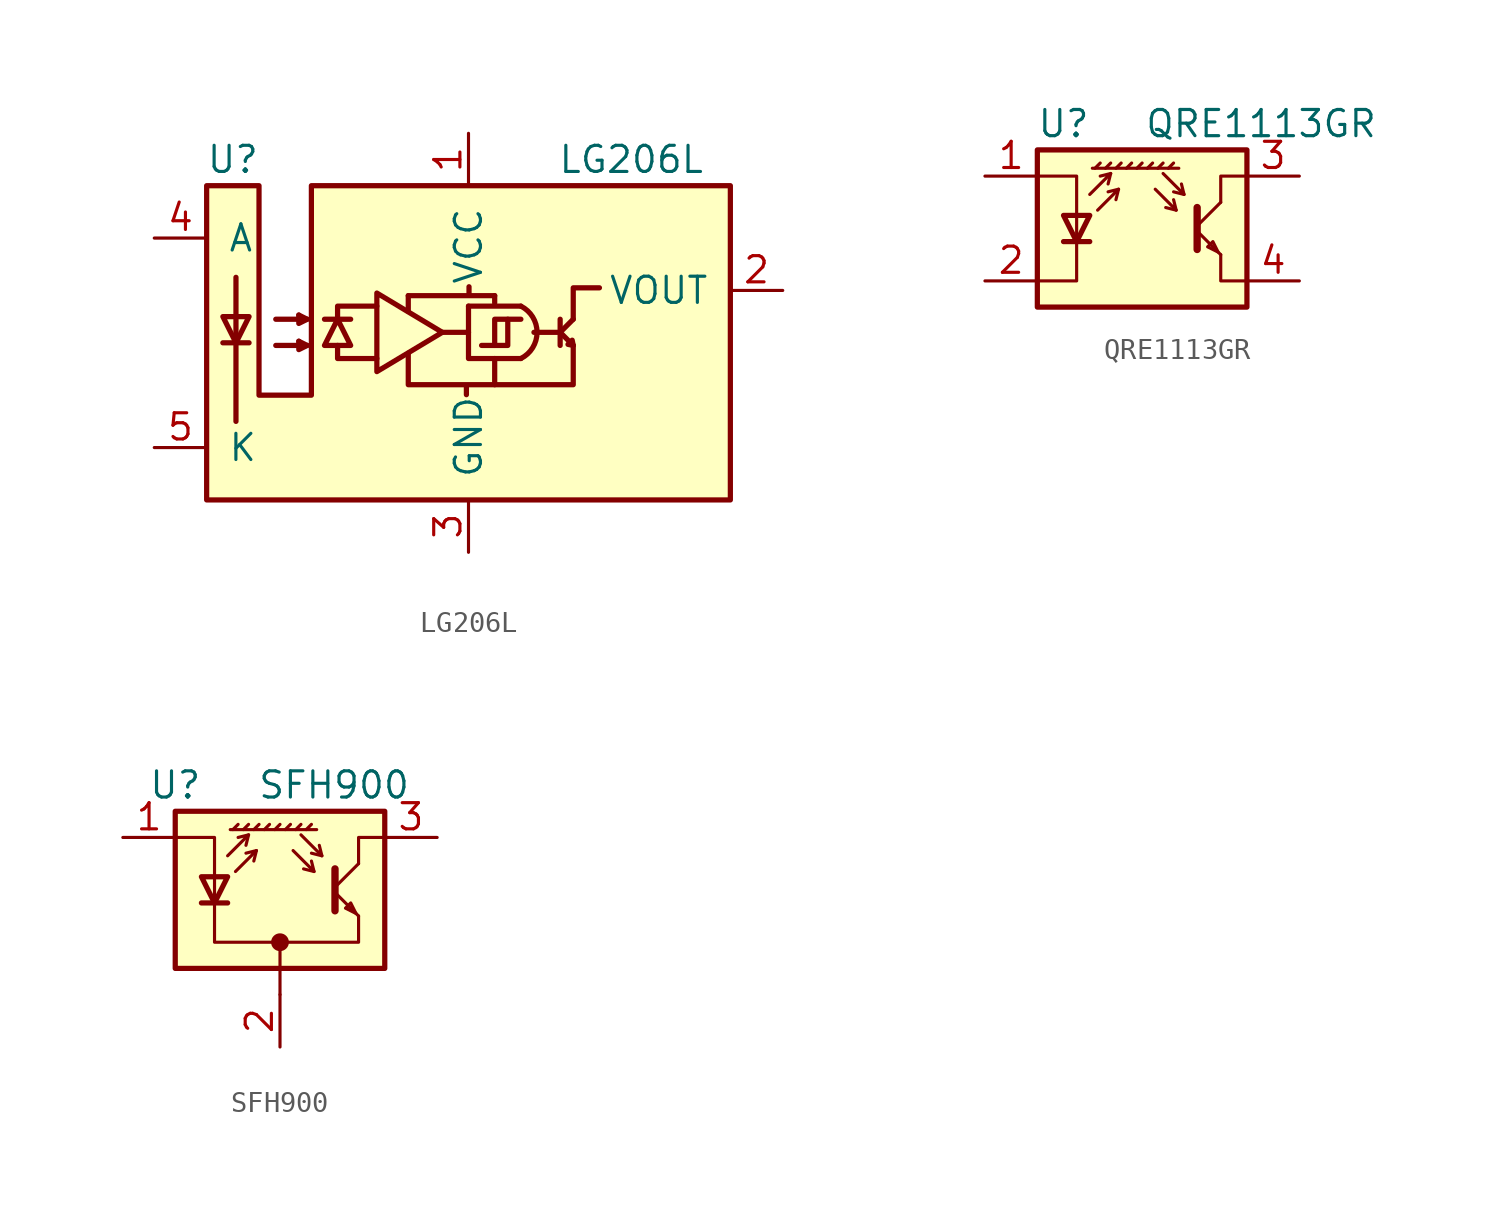
<source format=kicad_sym>
(kicad_symbol_lib
  (version 20241209)
  (generator "kicad_symbol_editor")
  (generator_version "9.0")
  (symbol "LG206L"
    (pin_names
      (offset 1.016))
    (property "Reference" "U"
      (at -11.43 8.89 0)
      (effects (font (size 1.27 1.27))))
    (property "Value" "LG206L"
      (at 4.318 8.89 0)
      (effects (font (size 1.27 1.27)) (justify left)))
    (symbol "LG206L_0_1"
      (polyline (pts (xy -12.7 -7.62) (xy 12.7 -7.62) (xy 12.7 7.62) (xy -7.62 7.62) (xy -7.62 -2.54) (xy -10.16 -2.54) (xy -10.16 7.62) (xy -12.7 7.62) (xy -12.7 -7.62)) (stroke (width 0.254) (type default)) (fill (type background)))
      (polyline (pts (xy -11.913 1.27) (xy -10.643 1.27) (xy -11.278 0) (xy -11.913 1.27)) (stroke (width 0.254) (type default)) (fill (type none)))
      (polyline (pts (xy -11.913 0) (xy -10.643 0)) (stroke (width 0.254) (type default)) (fill (type none)))
      (polyline (pts (xy -11.278 -3.81) (xy -11.278 3.175)) (stroke (width 0.254) (type default)) (fill (type none)))
      (polyline (pts (xy -9.347 1.143) (xy -7.823 1.143) (xy -8.23 1.346)) (stroke (width 0.254) (type default)) (fill (type none)))
      (polyline (pts (xy -9.347 -0.127) (xy -7.823 -0.127) (xy -8.23 0.076)) (stroke (width 0.254) (type default)) (fill (type none)))
      (polyline (pts (xy -8.23 1.346) (xy -8.23 0.94) (xy -7.823 1.143)) (stroke (width 0.254) (type default)) (fill (type none)))
      (polyline (pts (xy -8.23 0.076) (xy -8.23 -0.33) (xy -7.823 -0.127)) (stroke (width 0.254) (type default)) (fill (type none)))
      (polyline (pts (xy -6.985 1.143) (xy -5.715 1.143)) (stroke (width 0.254) (type default)) (fill (type none)))
      (polyline (pts (xy -6.985 -0.127) (xy -5.715 -0.127) (xy -6.35 1.143) (xy -6.985 -0.127)) (stroke (width 0.254) (type default)) (fill (type none)))
      (polyline (pts (xy -6.35 1.143) (xy -6.35 1.778) (xy -4.445 1.778)) (stroke (width 0.254) (type default)) (fill (type none)))
      (polyline (pts (xy -6.35 -0.127) (xy -6.35 -0.762) (xy -4.445 -0.762)) (stroke (width 0.254) (type default)) (fill (type none)))
      (polyline (pts (xy -4.445 2.413) (xy -4.445 -1.397) (xy -1.27 0.508) (xy -4.445 2.413)) (stroke (width 0.254) (type default)) (fill (type none)))
      (polyline (pts (xy -2.921 2.286) (xy 1.27 2.286)) (stroke (width 0.254) (type default)) (fill (type none)))
      (polyline (pts (xy -2.921 1.524) (xy -2.921 2.286)) (stroke (width 0.254) (type default)) (fill (type none)))
      (polyline (pts (xy -1.27 0.508) (xy 0 0.508)) (stroke (width 0.254) (type default)) (fill (type none)))
      (polyline (pts (xy -0.102 -2.515) (xy -0.102 -2.083)) (stroke (width 0.254) (type default)) (fill (type none)))
      (polyline (pts (xy 0 1.778) (xy 2.54 1.778)) (stroke (width 0.254) (type default)) (fill (type none)))
      (polyline (pts (xy 0 1.778) (xy 0 -0.762) (xy 2.54 -0.762)) (stroke (width 0.254) (type default)) (fill (type none)))
      (polyline (pts (xy 0.025 2.311) (xy 0.025 2.718)) (stroke (width 0.254) (type default)) (fill (type none)))
      (polyline (pts (xy 0.635 -0.127) (xy 1.905 -0.127) (xy 1.905 1.143) (xy 2.54 1.143)) (stroke (width 0.254) (type default)) (fill (type none)))
      (polyline (pts (xy 1.27 1.93) (xy 1.27 2.286)) (stroke (width 0.254) (type default)) (fill (type none)))
      (polyline (pts (xy 1.27 -0.762) (xy 1.27 -2.032) (xy 5.08 -2.032) (xy 5.08 -0.127)) (stroke (width 0.254) (type default)) (fill (type none)))
      (polyline (pts (xy 1.27 -2.032) (xy -2.921 -2.032) (xy -2.921 -0.508)) (stroke (width 0.254) (type default)) (fill (type none)))
      (polyline (pts (xy 1.905 1.143) (xy 1.27 1.143) (xy 1.27 -0.127)) (stroke (width 0.254) (type default)) (fill (type none)))
      (arc (start 2.54 1.778) (mid 3.3249 0.508) (end 2.54 -0.762) (stroke (width 0.254) (type default)) (fill (type none)))
      (polyline (pts (xy 3.175 0.508) (xy 4.445 0.508)) (stroke (width 0.254) (type default)) (fill (type none)))
      (polyline (pts (xy 4.445 1.143) (xy 4.445 -0.127)) (stroke (width 0.254) (type default)) (fill (type none)))
      (polyline (pts (xy 4.445 0.508) (xy 5.08 1.143)) (stroke (width 0.254) (type default)) (fill (type none)))
      (polyline (pts (xy 4.445 0.508) (xy 5.08 -0.127)) (stroke (width 0.254) (type default)) (fill (type none)))
      (polyline (pts (xy 5.08 1.143) (xy 5.08 2.667) (xy 6.35 2.667)) (stroke (width 0.254) (type default)) (fill (type none)))
      (polyline (pts (xy 5.08 -0.127) (xy 4.826 -0.076) (xy 5.029 0.127) (xy 5.08 -0.127)) (stroke (width 0.254) (type default)) (fill (type none))))
    (symbol "LG206L_1_1"
      (pin passive line (at -15.24 5.08 0) (length 2.54) (name "A" (effects (font (size 1.27 1.27)))) (number "4" (effects (font (size 1.27 1.27)))))
      (pin passive line (at -15.24 -5.08 0) (length 2.54) (name "K" (effects (font (size 1.27 1.27)))) (number "5" (effects (font (size 1.27 1.27)))))
      (pin power_in line (at 0 10.16 270) (length 2.54) (name "VCC" (effects (font (size 1.27 1.27)))) (number "1" (effects (font (size 1.27 1.27)))))
      (pin power_in line (at 0 -10.16 90) (length 2.54) (name "GND" (effects (font (size 1.27 1.27)))) (number "3" (effects (font (size 1.27 1.27)))))
      (pin open_collector line (at 15.24 2.54 180) (length 2.54) (name "VOUT" (effects (font (size 1.27 1.27)))) (number "2" (effects (font (size 1.27 1.27)))))))
  (symbol "QRE1113GR"
    (pin_names
      (offset 0.025)
      (hide yes))
    (property "Reference" "U"
      (at -3.81 5.08 0)
      (effects (font (size 1.27 1.27))))
    (property "Value" "QRE1113GR"
      (at 11.43 5.08 0)
      (effects (font (size 1.27 1.27)) (justify right)))
    (symbol "QRE1113GR_0_1"
      (polyline (pts (xy -5.08 -2.54) (xy -3.175 -2.54) (xy -3.175 2.54) (xy -5.08 2.54)) (stroke (width 0) (type default)) (fill (type none)))
      (polyline (pts (xy -5.08 -3.81) (xy 5.08 -3.81) (xy 5.08 3.81) (xy -5.08 3.81) (xy -5.08 -3.81)) (stroke (width 0.254) (type default)) (fill (type background)))
      (polyline (pts (xy -3.81 -0.635) (xy -2.54 -0.635)) (stroke (width 0.254) (type default)) (fill (type none)))
      (polyline (pts (xy -3.175 -0.635) (xy -3.81 0.635) (xy -2.54 0.635) (xy -3.175 -0.635)) (stroke (width 0.254) (type default)) (fill (type none)))
      (polyline (pts (xy -2.54 1.651) (xy -1.524 2.667) (xy -2.032 2.54)) (stroke (width 0) (type default)) (fill (type none)))
      (polyline (pts (xy -2.286 2.921) (xy -2.032 3.175)) (stroke (width 0) (type default)) (fill (type none)))
      (polyline (pts (xy -2.159 0.889) (xy -1.143 1.905) (xy -1.651 1.778)) (stroke (width 0) (type default)) (fill (type none)))
      (polyline (pts (xy -1.778 2.921) (xy -1.524 3.175)) (stroke (width 0) (type default)) (fill (type none)))
      (polyline (pts (xy -1.524 2.667) (xy -1.651 2.159)) (stroke (width 0) (type default)) (fill (type none)))
      (polyline (pts (xy -1.27 2.921) (xy -1.016 3.175)) (stroke (width 0) (type default)) (fill (type none)))
      (polyline (pts (xy -1.143 1.905) (xy -1.27 1.397)) (stroke (width 0) (type default)) (fill (type none)))
      (polyline (pts (xy -0.762 2.921) (xy -0.508 3.175)) (stroke (width 0) (type default)) (fill (type none)))
      (polyline (pts (xy -0.254 2.921) (xy 0 3.175)) (stroke (width 0) (type default)) (fill (type none)))
      (polyline (pts (xy 0.254 2.921) (xy 0.508 3.175)) (stroke (width 0) (type default)) (fill (type none)))
      (polyline (pts (xy 0.635 1.905) (xy 1.651 0.889) (xy 1.524 1.397)) (stroke (width 0) (type default)) (fill (type none)))
      (polyline (pts (xy 0.762 2.921) (xy 1.016 3.175)) (stroke (width 0) (type default)) (fill (type none)))
      (polyline (pts (xy 1.016 2.667) (xy 2.032 1.651) (xy 1.905 2.159)) (stroke (width 0) (type default)) (fill (type none)))
      (polyline (pts (xy 1.27 2.921) (xy 1.524 3.175)) (stroke (width 0) (type default)) (fill (type none)))
      (polyline (pts (xy 1.651 0.889) (xy 1.143 1.016)) (stroke (width 0) (type default)) (fill (type none)))
      (polyline (pts (xy 1.778 2.921) (xy -2.413 2.921)) (stroke (width 0) (type default)) (fill (type none)))
      (polyline (pts (xy 2.032 1.651) (xy 1.524 1.778)) (stroke (width 0) (type default)) (fill (type none)))
      (polyline (pts (xy 2.667 1.016) (xy 2.667 -1.016) (xy 2.667 -1.016)) (stroke (width 0.356) (type default)) (fill (type none)))
      (polyline (pts (xy 2.667 0.127) (xy 3.81 1.27)) (stroke (width 0) (type default)) (fill (type none)))
      (polyline (pts (xy 2.667 -0.127) (xy 3.81 -1.27)) (stroke (width 0) (type default)) (fill (type none)))
      (polyline (pts (xy 3.683 -1.143) (xy 3.429 -0.635) (xy 3.175 -0.889) (xy 3.683 -1.143)) (stroke (width 0) (type default)) (fill (type none)))
      (polyline (pts (xy 3.81 1.27) (xy 3.81 2.54) (xy 5.08 2.54)) (stroke (width 0) (type default)) (fill (type none)))
      (polyline (pts (xy 3.81 -1.27) (xy 3.81 -2.54) (xy 5.08 -2.54)) (stroke (width 0) (type default)) (fill (type none))))
    (symbol "QRE1113GR_1_1"
      (pin passive line (at -7.62 2.54 0) (length 2.54) (name "A" (effects (font (size 1.27 1.27)))) (number "1" (effects (font (size 1.27 1.27)))))
      (pin passive line (at -7.62 -2.54 0) (length 2.54) (name "K" (effects (font (size 1.27 1.27)))) (number "2" (effects (font (size 1.27 1.27)))))
      (pin open_collector line (at 7.62 2.54 180) (length 2.54) (name "~" (effects (font (size 1.27 1.27)))) (number "3" (effects (font (size 1.27 1.27)))))
      (pin open_emitter line (at 7.62 -2.54 180) (length 2.54) (name "~" (effects (font (size 1.27 1.27)))) (number "4" (effects (font (size 1.27 1.27)))))))
  (symbol "SFH900"
    (pin_names
      (offset 1.016)
      (hide yes))
    (property "Reference" "U"
      (at -5.08 5.08 0)
      (effects (font (size 1.27 1.27))))
    (property "Value" "SFH900"
      (at 6.35 5.08 0)
      (effects (font (size 1.27 1.27)) (justify right)))
    (symbol "SFH900_0_1"
      (polyline (pts (xy -5.08 2.54) (xy -3.175 2.54) (xy -3.175 -2.54) (xy 3.81 -2.54) (xy 3.81 -1.27)) (stroke (width 0) (type default)) (fill (type none)))
      (polyline (pts (xy -5.08 -3.81) (xy 5.08 -3.81) (xy 5.08 3.81) (xy -5.08 3.81) (xy -5.08 -3.81)) (stroke (width 0.254) (type default)) (fill (type background)))
      (polyline (pts (xy -3.81 -0.635) (xy -2.54 -0.635)) (stroke (width 0.254) (type default)) (fill (type none)))
      (polyline (pts (xy -3.175 -0.635) (xy -3.81 0.635) (xy -2.54 0.635) (xy -3.175 -0.635)) (stroke (width 0.254) (type default)) (fill (type none)))
      (polyline (pts (xy -2.54 1.651) (xy -1.524 2.667) (xy -2.032 2.54)) (stroke (width 0) (type default)) (fill (type none)))
      (polyline (pts (xy -2.286 2.921) (xy -2.032 3.175)) (stroke (width 0) (type default)) (fill (type none)))
      (polyline (pts (xy -2.159 0.889) (xy -1.143 1.905) (xy -1.651 1.778)) (stroke (width 0) (type default)) (fill (type none)))
      (polyline (pts (xy -1.778 2.921) (xy -1.524 3.175)) (stroke (width 0) (type default)) (fill (type none)))
      (polyline (pts (xy -1.524 2.667) (xy -1.651 2.159)) (stroke (width 0) (type default)) (fill (type none)))
      (polyline (pts (xy -1.27 2.921) (xy -1.016 3.175)) (stroke (width 0) (type default)) (fill (type none)))
      (polyline (pts (xy -1.143 1.905) (xy -1.27 1.397)) (stroke (width 0) (type default)) (fill (type none)))
      (polyline (pts (xy -0.762 2.921) (xy -0.508 3.175)) (stroke (width 0) (type default)) (fill (type none)))
      (polyline (pts (xy -0.254 2.921) (xy 0 3.175)) (stroke (width 0) (type default)) (fill (type none)))
      (polyline (pts (xy 0 -2.54) (xy 0 -5.08)) (stroke (width 0) (type default)) (fill (type none)))
      (circle (center 0 -2.54) (radius 0.356) (stroke (width 0) (type default)) (fill (type outline)))
      (polyline (pts (xy 0.254 2.921) (xy 0.508 3.175)) (stroke (width 0) (type default)) (fill (type none)))
      (polyline (pts (xy 0.635 1.905) (xy 1.651 0.889) (xy 1.524 1.397)) (stroke (width 0) (type default)) (fill (type none)))
      (polyline (pts (xy 0.762 2.921) (xy 1.016 3.175)) (stroke (width 0) (type default)) (fill (type none)))
      (polyline (pts (xy 1.016 2.667) (xy 2.032 1.651) (xy 1.905 2.159)) (stroke (width 0) (type default)) (fill (type none)))
      (polyline (pts (xy 1.27 2.921) (xy 1.524 3.175)) (stroke (width 0) (type default)) (fill (type none)))
      (polyline (pts (xy 1.651 0.889) (xy 1.143 1.016)) (stroke (width 0) (type default)) (fill (type none)))
      (polyline (pts (xy 1.778 2.921) (xy -2.413 2.921)) (stroke (width 0) (type default)) (fill (type none)))
      (polyline (pts (xy 2.032 1.651) (xy 1.524 1.778)) (stroke (width 0) (type default)) (fill (type none)))
      (polyline (pts (xy 2.667 1.016) (xy 2.667 -1.016) (xy 2.667 -1.016)) (stroke (width 0.356) (type default)) (fill (type none)))
      (polyline (pts (xy 2.667 0.127) (xy 3.81 1.27)) (stroke (width 0) (type default)) (fill (type none)))
      (polyline (pts (xy 2.667 -0.127) (xy 3.81 -1.27)) (stroke (width 0) (type default)) (fill (type none)))
      (polyline (pts (xy 3.683 -1.143) (xy 3.429 -0.635) (xy 3.175 -0.889) (xy 3.683 -1.143)) (stroke (width 0) (type default)) (fill (type none)))
      (polyline (pts (xy 3.81 1.27) (xy 3.81 2.54) (xy 5.08 2.54)) (stroke (width 0) (type default)) (fill (type none))))
    (symbol "SFH900_1_1"
      (pin passive line (at -7.62 2.54 0) (length 2.54) (name "A" (effects (font (size 1.27 1.27)))) (number "1" (effects (font (size 1.27 1.27)))))
      (pin passive line (at 0 -7.62 90) (length 2.54) (name "K" (effects (font (size 1.27 1.27)))) (number "2" (effects (font (size 1.27 1.27)))))
      (pin open_collector line (at 7.62 2.54 180) (length 2.54) (name "C" (effects (font (size 1.27 1.27)))) (number "3" (effects (font (size 1.27 1.27))))))))
</source>
